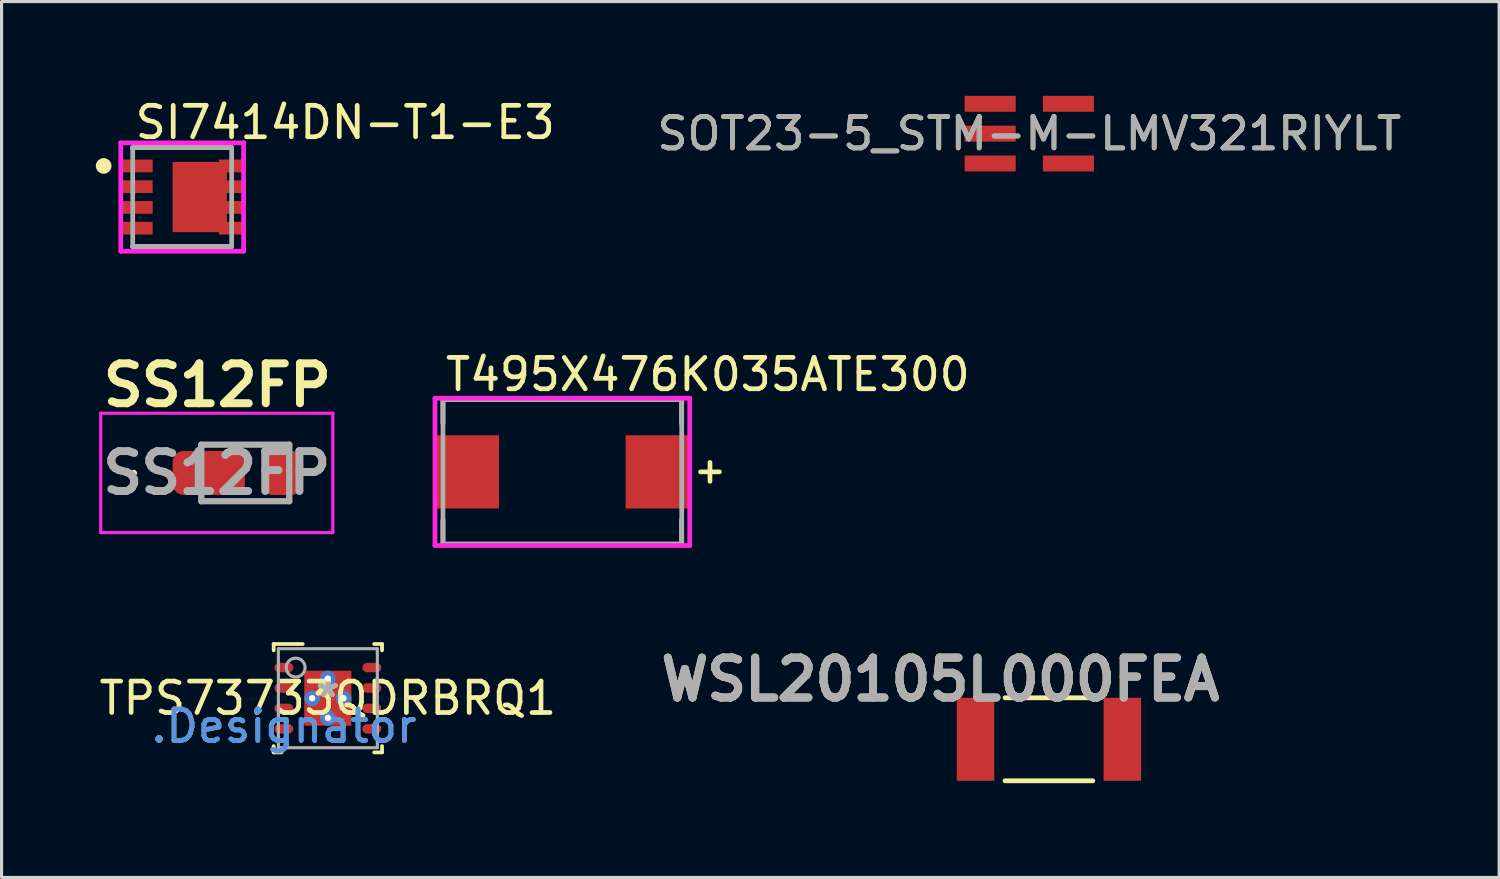
<source format=kicad_pcb>
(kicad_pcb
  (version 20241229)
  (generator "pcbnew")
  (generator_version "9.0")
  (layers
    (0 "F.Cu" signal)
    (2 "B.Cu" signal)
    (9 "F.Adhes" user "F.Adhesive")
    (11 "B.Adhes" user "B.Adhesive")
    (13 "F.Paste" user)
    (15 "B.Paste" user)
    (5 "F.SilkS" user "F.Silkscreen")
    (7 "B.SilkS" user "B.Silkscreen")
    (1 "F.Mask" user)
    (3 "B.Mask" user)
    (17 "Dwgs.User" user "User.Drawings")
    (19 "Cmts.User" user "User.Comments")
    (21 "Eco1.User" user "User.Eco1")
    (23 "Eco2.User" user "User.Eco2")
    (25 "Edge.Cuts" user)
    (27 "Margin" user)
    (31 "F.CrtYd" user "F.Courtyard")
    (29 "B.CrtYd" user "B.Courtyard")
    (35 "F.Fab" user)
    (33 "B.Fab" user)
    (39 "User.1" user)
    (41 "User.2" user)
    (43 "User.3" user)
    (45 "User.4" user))
  (footprint "WSL20105L000FEA"
    (layer "F.Cu")
    (at 30.342 20.485)
    (property "Reference" "WSL20105L000FEA" (at -3.454 -1.905 0) (layer "F.SilkS") (effects (font (size 1.27 1.27) (thickness 0.254))))
    (attr smd)
    (fp_line (start -1.397 1.321) (end 1.397 1.321) (stroke (width 0.152) (type solid)) (layer "F.SilkS"))
    (fp_line (start 1.397 -1.321) (end -1.397 -1.321) (stroke (width 0.152) (type solid)) (layer "F.SilkS"))
    (fp_text user "${REFERENCE}" (at -3.454 -1.905 0) (layer "F.Fab") (effects (font (size 1.27 1.27) (thickness 0.254))))
    (pad "1" smd rect (at -2.337 0) (size 1.194 2.642) (layers "F.Cu" "F.Mask" "F.Paste"))
    (pad "2" smd rect (at 2.337 0) (size 1.194 2.642) (layers "F.Cu" "F.Mask" "F.Paste")))
  (footprint "SI7414DN-T1-E3"
    (layer "F.Cu")
    (at 2.75 3.223)
    (property "Reference" "SI7414DN-T1-E3" (at -1.575 -2.375 0) (layer "F.SilkS") (effects (font (size 1 1) (thickness 0.15)) (justify left)))
    (attr through_hole)
    (fp_line (start -1.575 -1.575) (end 1.575 -1.575) (stroke (width 0.15) (type solid)) (layer "F.SilkS"))
    (fp_line (start -1.575 -1.569) (end -1.575 -1.575) (stroke (width 0.15) (type solid)) (layer "F.SilkS"))
    (fp_line (start -1.575 1.575) (end -1.575 1.569) (stroke (width 0.15) (type solid)) (layer "F.SilkS"))
    (fp_line (start -1.575 1.575) (end 1.575 1.575) (stroke (width 0.15) (type solid)) (layer "F.SilkS"))
    (fp_line (start 1.575 -1.569) (end 1.575 -1.575) (stroke (width 0.15) (type solid)) (layer "F.SilkS"))
    (fp_line (start 1.575 1.575) (end 1.575 1.569) (stroke (width 0.15) (type solid)) (layer "F.SilkS"))
    (fp_circle (center -2.5 -0.991) (end -2.375 -0.991) (stroke (width 0.25) (type solid)) (fill no) (layer "F.SilkS"))
    (fp_line (start -1.955 -1.725) (end -1.955 1.725) (stroke (width 0.15) (type solid)) (layer "F.CrtYd"))
    (fp_line (start -1.955 1.725) (end 1.955 1.725) (stroke (width 0.15) (type solid)) (layer "F.CrtYd"))
    (fp_line (start 1.955 -1.725) (end -1.955 -1.725) (stroke (width 0.15) (type solid)) (layer "F.CrtYd"))
    (fp_line (start 1.955 -1.725) (end 1.955 -1.725) (stroke (width 0.15) (type solid)) (layer "F.CrtYd"))
    (fp_line (start 1.955 1.725) (end 1.955 -1.725) (stroke (width 0.15) (type solid)) (layer "F.CrtYd"))
    (fp_line (start -1.575 -1.575) (end 1.575 -1.575) (stroke (width 0.15) (type solid)) (layer "F.Fab"))
    (fp_line (start -1.575 1.575) (end -1.575 -1.575) (stroke (width 0.15) (type solid)) (layer "F.Fab"))
    (fp_line (start 1.575 -1.575) (end 1.575 1.575) (stroke (width 0.15) (type solid)) (layer "F.Fab"))
    (fp_line (start 1.575 1.575) (end -1.575 1.575) (stroke (width 0.15) (type solid)) (layer "F.Fab"))
    (pad "1" smd rect (at -1.435 -0.991) (size 0.991 0.406) (layers "F.Cu" "F.Mask" "F.Paste"))
    (pad "2" smd rect (at -1.435 -0.33) (size 0.991 0.406) (layers "F.Cu" "F.Mask" "F.Paste"))
    (pad "3" smd rect (at -1.435 0.33) (size 0.991 0.406) (layers "F.Cu" "F.Mask" "F.Paste"))
    (pad "4" smd rect (at -1.435 0.991) (size 0.991 0.406) (layers "F.Cu" "F.Mask" "F.Paste"))
    (pad "5-6-7-8" smd custom (at 0.559 0) (size 1 1) (layers "F.Cu" "F.Mask" "F.Paste") (options (anchor circle)) (primitives (gr_poly (pts (xy -0.864 -1.118) (xy -0.864 1.118) (xy 0.61 1.118) (xy 0.61 1.194) (xy 1.372 1.194) (xy 1.372 0.787) (xy 0.864 0.787) (xy 0.864 0.533) (xy 1.372 0.533) (xy 1.372 0.127) (xy 0.864 0.127) (xy 0.864 -0.127) (xy 1.372 -0.127) (xy 1.372 -0.533) (xy 0.864 -0.533) (xy 0.864 -0.787) (xy 1.372 -0.787) (xy 1.372 -1.194) (xy 0.61 -1.194) (xy 0.61 -1.118) (xy -0.864 -1.118)) (width 0) (fill yes)))))
  (footprint "SOT23-5_STM-M-LMV321RIYLT"
    (layer "F.Cu")
    (at 29.717 1.204)
    (property "Reference" "SOT23-5_STM-M-LMV321RIYLT" (at 0 0 0) (unlocked yes) (layer "F.SilkS") (effects (font (size 1 1) (thickness 0.15))))
    (attr smd)
    (fp_text user "${REFERENCE}" (at 0 0 0) (unlocked yes) (layer "F.Fab") (effects (font (size 1 1) (thickness 0.15))))
    (pad "1" smd rect (at -1.245 -0.95) (size 1.626 0.508) (layers "F.Cu" "F.Mask" "F.Paste"))
    (pad "2" smd rect (at -1.245 0) (size 1.626 0.508) (layers "F.Cu" "F.Mask" "F.Paste"))
    (pad "3" smd rect (at -1.245 0.95) (size 1.626 0.508) (layers "F.Cu" "F.Mask" "F.Paste"))
    (pad "4" smd rect (at 1.245 0.95) (size 1.626 0.508) (layers "F.Cu" "F.Mask" "F.Paste"))
    (pad "5" smd rect (at 1.245 -0.95) (size 1.626 0.508) (layers "F.Cu" "F.Mask" "F.Paste")))
  (footprint "T495X476K035ATE300"
    (layer "F.Cu")
    (at 14.852 11.972)
    (property "Reference" "T495X476K035ATE300" (at -3.8 -3.1 0) (layer "F.SilkS") (effects (font (size 1 1) (thickness 0.15)) (justify left)))
    (attr through_hole)
    (fp_line (start -3.8 -2.3) (end 3.8 -2.3) (stroke (width 0.15) (type solid)) (layer "F.SilkS"))
    (fp_line (start -3.8 -1.54) (end -3.8 -2.3) (stroke (width 0.15) (type solid)) (layer "F.SilkS"))
    (fp_line (start -3.8 2.3) (end -3.8 1.54) (stroke (width 0.15) (type solid)) (layer "F.SilkS"))
    (fp_line (start -3.8 2.3) (end 3.8 2.3) (stroke (width 0.15) (type solid)) (layer "F.SilkS"))
    (fp_line (start 3.8 -1.54) (end 3.8 -2.3) (stroke (width 0.15) (type solid)) (layer "F.SilkS"))
    (fp_line (start 3.8 2.3) (end 3.8 1.54) (stroke (width 0.15) (type solid)) (layer "F.SilkS"))
    (fp_line (start 4.4 0) (end 5 0) (stroke (width 0.15) (type solid)) (layer "F.SilkS"))
    (fp_line (start 4.7 -0.3) (end 4.7 0.3) (stroke (width 0.15) (type solid)) (layer "F.SilkS"))
    (fp_line (start -4.055 -2.345) (end -4.055 2.345) (stroke (width 0.15) (type solid)) (layer "F.CrtYd"))
    (fp_line (start -4.055 2.345) (end 4.055 2.345) (stroke (width 0.15) (type solid)) (layer "F.CrtYd"))
    (fp_line (start 4.055 -2.345) (end -4.055 -2.345) (stroke (width 0.15) (type solid)) (layer "F.CrtYd"))
    (fp_line (start 4.055 -2.345) (end 4.055 -2.345) (stroke (width 0.15) (type solid)) (layer "F.CrtYd"))
    (fp_line (start 4.055 2.345) (end 4.055 -2.345) (stroke (width 0.15) (type solid)) (layer "F.CrtYd"))
    (fp_line (start -3.8 -2.3) (end 3.8 -2.3) (stroke (width 0.15) (type solid)) (layer "F.Fab"))
    (fp_line (start -3.8 2.3) (end -3.8 -2.3) (stroke (width 0.15) (type solid)) (layer "F.Fab"))
    (fp_line (start 3.8 -2.3) (end 3.8 2.3) (stroke (width 0.15) (type solid)) (layer "F.Fab"))
    (fp_line (start 3.8 2.3) (end -3.8 2.3) (stroke (width 0.15) (type solid)) (layer "F.Fab"))
    (pad "1" smd rect (at -3.01 0) (size 1.99 2.33) (layers "F.Cu" "F.Mask" "F.Paste"))
    (pad "2" smd rect (at 3.01 0) (size 1.99 2.33) (layers "F.Cu" "F.Mask" "F.Paste")))
  (footprint "TPS73733QDRBRQ1"
    (layer "F.Cu")
    (at 7.387 19.177)
    (property "Reference" "TPS73733QDRBRQ1" (at 0 0 0) (layer "F.SilkS") (effects (font (size 1 1) (thickness 0.15))))
    (attr through_hole)
    (fp_line (start -1.725 1.725) (end -1.725 1.525) (stroke (width 0.12) (type solid)) (layer "F.SilkS"))
    (fp_line (start -1.725 -1.725) (end -0.8 -1.725) (stroke (width 0.12) (type solid)) (layer "F.SilkS"))
    (fp_line (start -1.725 -1.525) (end -1.725 -1.725) (stroke (width 0.12) (type solid)) (layer "F.SilkS"))
    (fp_line (start -1.725 1.725) (end -1.475 1.725) (stroke (width 0.12) (type solid)) (layer "F.SilkS"))
    (fp_line (start 1.475 -1.725) (end 1.725 -1.725) (stroke (width 0.12) (type solid)) (layer "F.SilkS"))
    (fp_line (start 1.475 1.725) (end 1.725 1.725) (stroke (width 0.12) (type solid)) (layer "F.SilkS"))
    (fp_line (start 1.725 -1.525) (end 1.725 -1.725) (stroke (width 0.12) (type solid)) (layer "F.SilkS"))
    (fp_line (start 1.725 1.725) (end 1.725 1.525) (stroke (width 0.12) (type solid)) (layer "F.SilkS"))
    (fp_poly (pts (xy -0.691 0.792) (xy 0.692 0.792) (xy 0.692 -0.792) (xy -0.691 -0.792)) (stroke (width 0.1) (type solid)) (fill yes) (layer "F.Paste"))
    (fp_line (start -1.575 -1.575) (end 1.575 -1.575) (stroke (width 0.1) (type solid)) (layer "F.Fab"))
    (fp_line (start -1.575 1.575) (end -1.575 -1.575) (stroke (width 0.1) (type solid)) (layer "F.Fab"))
    (fp_line (start -1.575 1.575) (end 1.575 1.575) (stroke (width 0.1) (type solid)) (layer "F.Fab"))
    (fp_line (start 1.575 1.575) (end 1.575 -1.575) (stroke (width 0.1) (type solid)) (layer "F.Fab"))
    (fp_circle (center -1.025 -0.975) (end -0.725 -0.975) (stroke (width 0.1) (type solid)) (fill no) (layer "F.Fab"))
    (fp_text user "*" (at 0 0 0) (layer "F.SilkS") (effects (font (size 1 1) (thickness 0.15))))
    (fp_text user "Copyright 2021 Accelerated Designs. All rights reserved." (at 0 0 0) (layer "Cmts.User") (effects (font (size 0.127 0.127) (thickness 0.002))))
    (fp_text user ".Designator" (at -1.397 0.889 0) (layer "Cmts.User") (effects (font (size 1 1) (thickness 0.15))))
    (fp_text user "*" (at 0 0 0) (layer "F.Fab") (effects (font (size 1 1) (thickness 0.15))))
    (fp_text user ".Designator" (at -1.397 0.889 0) (layer "F.Fab") (effects (font (size 1 1) (thickness 0.15))))
    (pad "1" smd oval (at -1.4 -0.975 90) (size 0.3 0.6) (layers "F.Cu" "F.Mask" "F.Paste"))
    (pad "2" smd oval (at -1.4 -0.325 90) (size 0.3 0.6) (layers "F.Cu" "F.Mask" "F.Paste"))
    (pad "3" smd oval (at -1.4 0.325 90) (size 0.3 0.6) (layers "F.Cu" "F.Mask" "F.Paste"))
    (pad "4" smd oval (at -1.4 0.975 90) (size 0.3 0.6) (layers "F.Cu" "F.Mask" "F.Paste"))
    (pad "5" smd oval (at 1.4 0.975 90) (size 0.3 0.6) (layers "F.Cu" "F.Mask" "F.Paste"))
    (pad "6" smd oval (at 1.4 0.325 90) (size 0.3 0.6) (layers "F.Cu" "F.Mask" "F.Paste"))
    (pad "7" smd oval (at 1.4 -0.325 90) (size 0.3 0.6) (layers "F.Cu" "F.Mask" "F.Paste"))
    (pad "8" smd oval (at 1.4 -0.975 90) (size 0.3 0.6) (layers "F.Cu" "F.Mask" "F.Paste"))
    (pad "9" smd rect (at 0.000003 0) (size 1.5 1.75) (layers "F.Cu" "F.Mask"))
    (pad "V" thru_hole circle (at -0.5 0) (size 0.5 0.5) (drill 0.203) (layers "*.Cu" "*.Mask"))
    (pad "V" thru_hole circle (at 0 -0.625) (size 0.5 0.5) (drill 0.203) (layers "*.Cu" "*.Mask"))
    (pad "V" thru_hole circle (at 0 0.625) (size 0.5 0.5) (drill 0.203) (layers "*.Cu" "*.Mask"))
    (pad "V" thru_hole circle (at 0.5 0) (size 0.5 0.5) (drill 0.203) (layers "*.Cu" "*.Mask")))
  (footprint "SS12FP"
    (layer "F.Cu")
    (at 4.758 12.006)
    (property "Reference" "SS12FP" (at -0.889 -2.794 0) (layer "F.SilkS") (effects (font (size 1.27 1.27) (thickness 0.254))))
    (attr smd)
    (fp_line (start -3.6 0) (end -3.6 0) (stroke (width 0.1) (type solid)) (layer "F.SilkS"))
    (fp_line (start -3.5 0) (end -3.5 0) (stroke (width 0.1) (type solid)) (layer "F.SilkS"))
    (fp_line (start -1.4 -0.9) (end 1.4 -0.9) (stroke (width 0.1) (type solid)) (layer "F.SilkS"))
    (fp_line (start -1.4 -0.8) (end -1.4 -0.9) (stroke (width 0.1) (type solid)) (layer "F.SilkS"))
    (fp_line (start -1.4 0.9) (end 1.4 0.9) (stroke (width 0.1) (type solid)) (layer "F.SilkS"))
    (fp_arc (start -3.6 0) (mid -3.55 -0.05) (end -3.5 0) (stroke (width 0.1) (type solid)) (layer "F.SilkS"))
    (fp_arc (start -3.5 0) (mid -3.55 0.05) (end -3.6 0) (stroke (width 0.1) (type solid)) (layer "F.SilkS"))
    (fp_line (start -4.6 -1.9) (end 2.788 -1.9) (stroke (width 0.1) (type solid)) (layer "F.CrtYd"))
    (fp_line (start -4.6 1.9) (end -4.6 -1.9) (stroke (width 0.1) (type solid)) (layer "F.CrtYd"))
    (fp_line (start 2.788 -1.9) (end 2.788 1.9) (stroke (width 0.1) (type solid)) (layer "F.CrtYd"))
    (fp_line (start 2.788 1.9) (end -4.6 1.9) (stroke (width 0.1) (type solid)) (layer "F.CrtYd"))
    (fp_line (start -1.4 -0.9) (end 1.4 -0.9) (stroke (width 0.2) (type solid)) (layer "F.Fab"))
    (fp_line (start -1.4 0.9) (end -1.4 -0.9) (stroke (width 0.2) (type solid)) (layer "F.Fab"))
    (fp_line (start 1.4 -0.9) (end 1.4 0.9) (stroke (width 0.2) (type solid)) (layer "F.Fab"))
    (fp_line (start 1.4 0.9) (end -1.4 0.9) (stroke (width 0.2) (type solid)) (layer "F.Fab"))
    (fp_text user "${REFERENCE}" (at -0.906 0 0) (layer "F.Fab") (effects (font (size 1.27 1.27) (thickness 0.254))))
    (pad "1" smd roundrect (at -1.163 0 90) (size 1.4 2.3) (layers "F.Cu" "F.Mask" "F.Paste") (roundrect_rratio 0.25))
    (pad "2" smd roundrect (at 1.163 0) (size 1.25 1.4) (layers "F.Cu" "F.Mask" "F.Paste") (roundrect_rratio 0.25)))
  (gr_rect
    (start -3 -3)
    (end 44.675 24.882)
    (stroke (width 0.1) (type default))
    (fill no)
    (layer "Edge.Cuts")))
</source>
